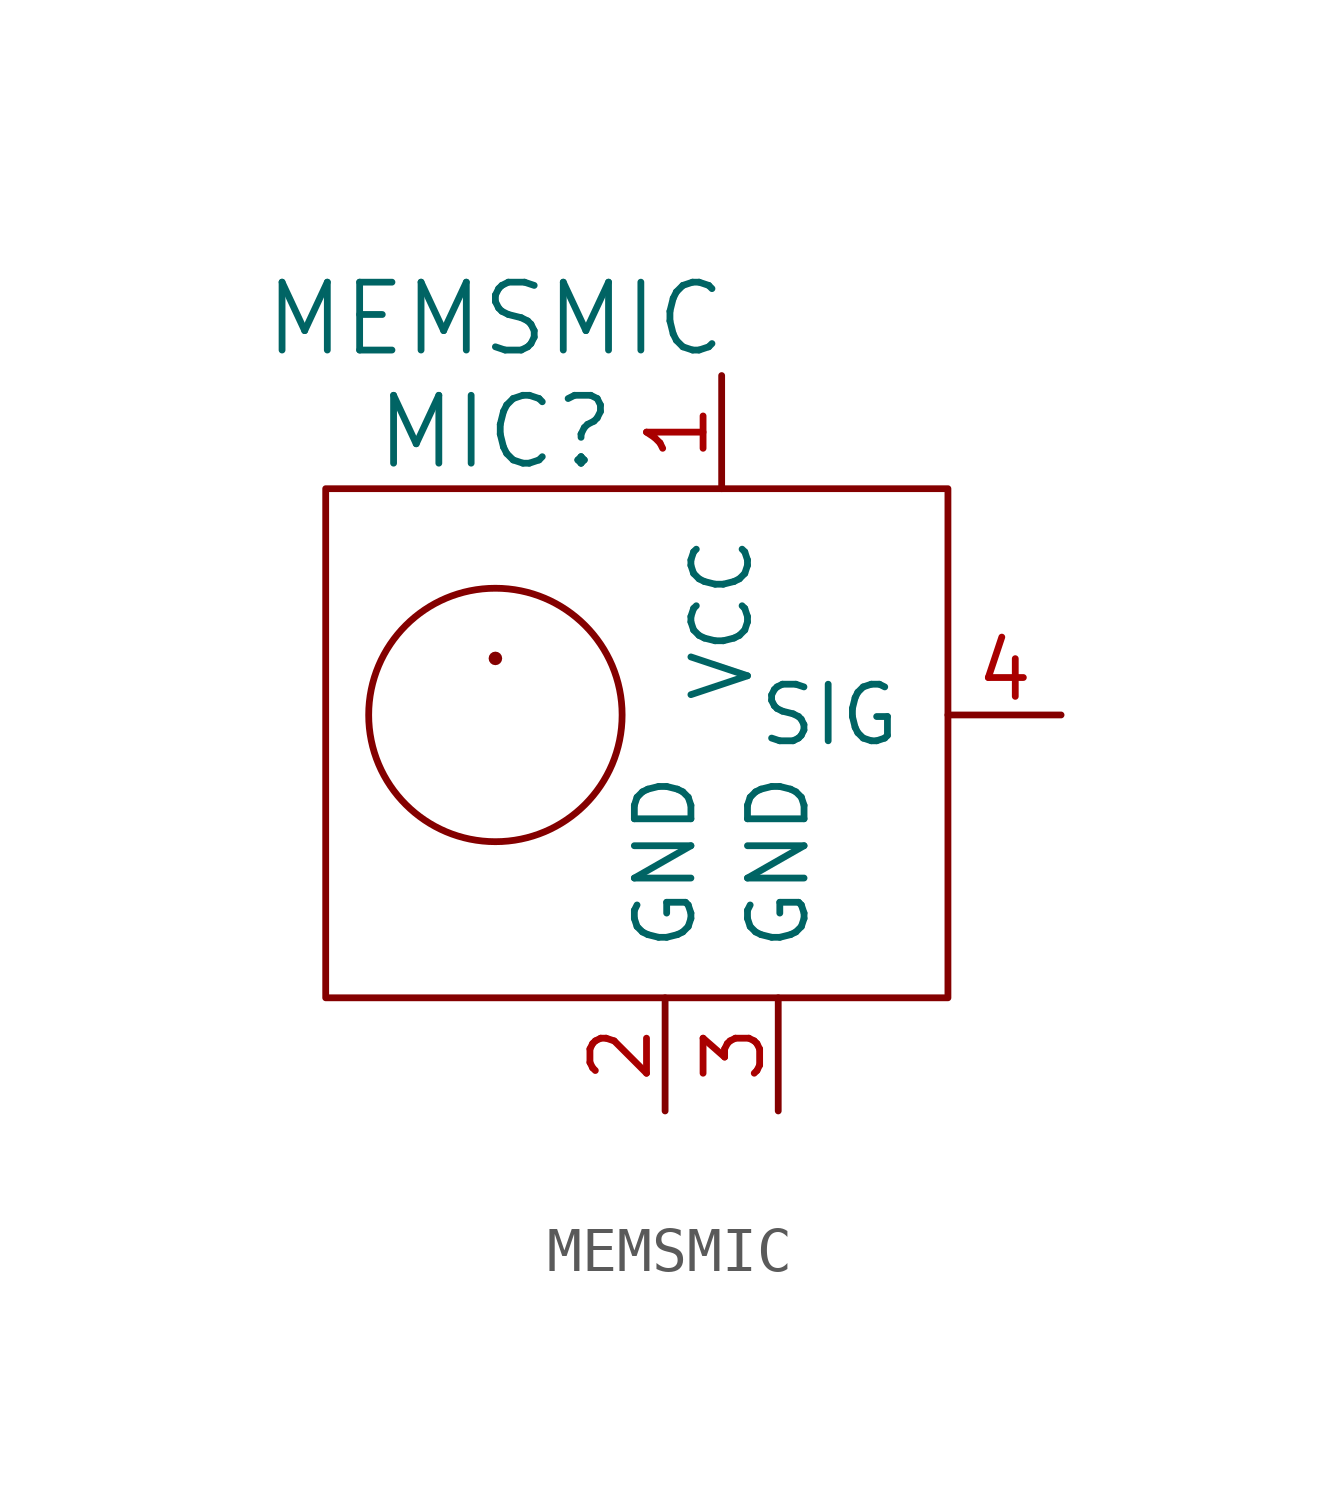
<source format=kicad_sym>
(kicad_symbol_lib
  (version 20220914)
  (generator kicad_symbol_editor)
  (symbol "MEMSMIC"
    (pin_names
      (offset 1.016))
    (property "Reference" "MIC"
      (at 0 5.08 0)
      (effects (font (size 1.524 1.524))))
    (property "Value" "MEMSMIC"
      (at 0 7.62 0)
      (effects (font (size 1.524 1.524))))
    (property "Footprint" ""
      (at 0 0 0)
      (effects (font (size 1.524 1.524))))
    (property "Datasheet" ""
      (at 0 0 0)
      (effects (font (size 1.524 1.524))))
    (symbol "MEMSMIC_0_1"
      (circle (center 0 -1.27) (radius 2.845) (stroke (width 0) (type solid)) (fill (type none)))
      (circle (center 0 0) (radius 0.0001) (stroke (width 0) (type solid)) (fill (type none))))
    (symbol "MEMSMIC_1_1"
      (rectangle (start -3.81 -7.62) (end 10.16 3.81) (stroke (width 0) (type solid)) (fill (type none)))
      (pin power_in line (at 5.08 6.35 270) (length 2.54) (name "VCC" (effects (font (size 1.27 1.27)))) (number "1" (effects (font (size 1.27 1.27)))))
      (pin power_in line (at 3.81 -10.16 90) (length 2.54) (name "GND" (effects (font (size 1.27 1.27)))) (number "2" (effects (font (size 1.27 1.27)))))
      (pin power_in line (at 6.35 -10.16 90) (length 2.54) (name "GND" (effects (font (size 1.27 1.27)))) (number "3" (effects (font (size 1.27 1.27)))))
      (pin output line (at 12.7 -1.27 180) (length 2.54) (name "SIG" (effects (font (size 1.27 1.27)))) (number "4" (effects (font (size 1.27 1.27))))))))
</source>
